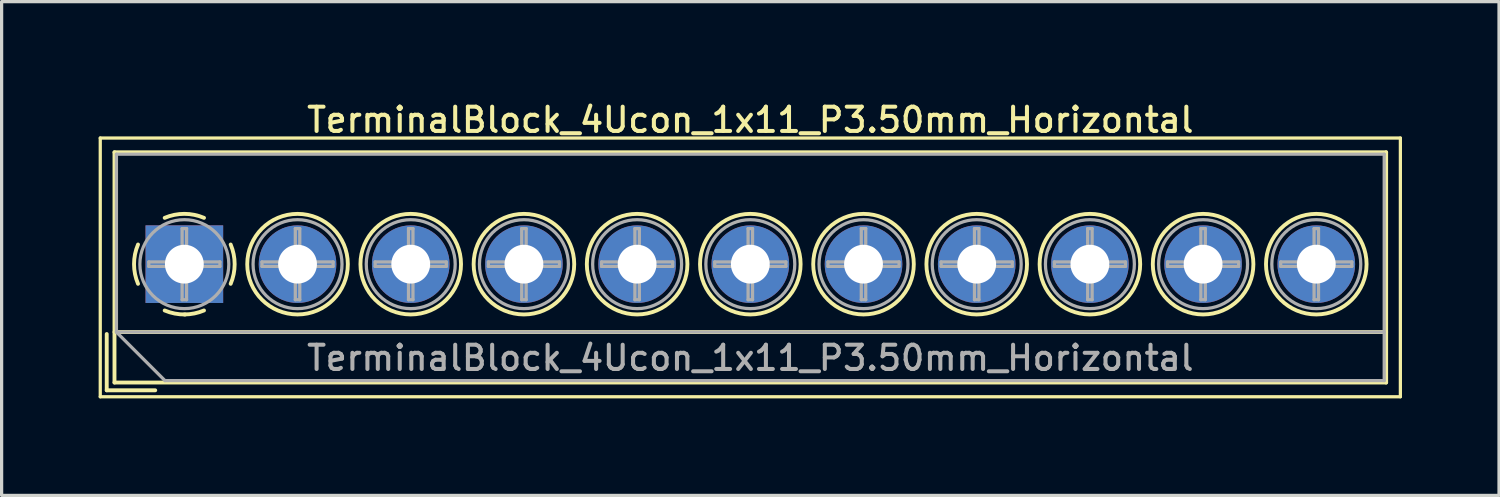
<source format=kicad_pcb>
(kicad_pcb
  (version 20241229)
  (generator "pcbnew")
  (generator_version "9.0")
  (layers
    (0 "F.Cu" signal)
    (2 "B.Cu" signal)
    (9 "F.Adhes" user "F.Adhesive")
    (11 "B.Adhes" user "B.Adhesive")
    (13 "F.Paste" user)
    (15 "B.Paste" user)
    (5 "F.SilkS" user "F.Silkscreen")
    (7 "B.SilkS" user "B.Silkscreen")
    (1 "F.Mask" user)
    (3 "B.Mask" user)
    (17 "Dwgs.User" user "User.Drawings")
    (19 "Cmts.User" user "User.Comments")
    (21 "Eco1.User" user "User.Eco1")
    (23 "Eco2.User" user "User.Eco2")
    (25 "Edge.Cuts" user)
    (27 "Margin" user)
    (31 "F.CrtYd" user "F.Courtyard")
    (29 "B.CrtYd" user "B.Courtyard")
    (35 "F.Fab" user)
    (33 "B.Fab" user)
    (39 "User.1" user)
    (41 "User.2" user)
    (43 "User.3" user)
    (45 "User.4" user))
  (footprint "TerminalBlock_4Ucon_1x11_P3.50mm_Horizontal"
    (layer "F.Cu")
    (at 2.65 5.118)
    (property "Reference" "TerminalBlock_4Ucon_1x11_P3.50mm_Horizontal" (at 17.5 -4.46 0) (layer "F.SilkS") (effects (font (size 0.75 0.75) (thickness 0.125))))
    (attr through_hole)
    (fp_line (start -2.6 -3.9) (end -2.6 4.1) (stroke (width 0.1) (type solid)) (layer "F.SilkS"))
    (fp_line (start -2.6 4.1) (end 37.6 4.1) (stroke (width 0.1) (type solid)) (layer "F.SilkS"))
    (fp_line (start -2.4 2.16) (end -2.4 3.9) (stroke (width 0.12) (type solid)) (layer "F.SilkS"))
    (fp_line (start -2.4 3.9) (end -0.9 3.9) (stroke (width 0.12) (type solid)) (layer "F.SilkS"))
    (fp_line (start -2.16 -3.46) (end -2.16 3.66) (stroke (width 0.12) (type solid)) (layer "F.SilkS"))
    (fp_line (start -2.16 -3.46) (end 37.16 -3.46) (stroke (width 0.12) (type solid)) (layer "F.SilkS"))
    (fp_line (start -2.16 2.1) (end 37.16 2.1) (stroke (width 0.12) (type solid)) (layer "F.SilkS"))
    (fp_line (start -2.16 3.66) (end 37.16 3.66) (stroke (width 0.12) (type solid)) (layer "F.SilkS"))
    (fp_line (start 37.16 -3.46) (end 37.16 3.66) (stroke (width 0.12) (type solid)) (layer "F.SilkS"))
    (fp_line (start 37.6 -3.9) (end -2.6 -3.9) (stroke (width 0.1) (type solid)) (layer "F.SilkS"))
    (fp_line (start 37.6 4.1) (end 37.6 -3.9) (stroke (width 0.1) (type solid)) (layer "F.SilkS"))
    (fp_arc (start -1.432109 0.607742) (mid -1.555727 -0.00014) (end -1.432 -0.608) (stroke (width 0.12) (type solid)) (layer "F.SilkS"))
    (fp_arc (start -0.607742 -1.432109) (mid 0.00014 -1.555727) (end 0.608 -1.432) (stroke (width 0.12) (type solid)) (layer "F.SilkS"))
    (fp_arc (start 0.027011 1.555493) (mid -0.296984 1.527118) (end -0.608 1.432) (stroke (width 0.12) (type solid)) (layer "F.SilkS"))
    (fp_arc (start 0.607587 1.431385) (mid 0.310017 1.523783) (end 0 1.555) (stroke (width 0.12) (type solid)) (layer "F.SilkS"))
    (fp_arc (start 1.432109 -0.607742) (mid 1.555727 0.00014) (end 1.432 0.608) (stroke (width 0.12) (type solid)) (layer "F.SilkS"))
    (fp_circle (center 3.5 0) (end 5.055 0) (stroke (width 0.12) (type solid)) (fill no) (layer "F.SilkS"))
    (fp_circle (center 7 0) (end 8.555 0) (stroke (width 0.12) (type solid)) (fill no) (layer "F.SilkS"))
    (fp_circle (center 10.5 0) (end 12.055 0) (stroke (width 0.12) (type solid)) (fill no) (layer "F.SilkS"))
    (fp_circle (center 14 0) (end 15.555 0) (stroke (width 0.12) (type solid)) (fill no) (layer "F.SilkS"))
    (fp_circle (center 17.5 0) (end 19.055 0) (stroke (width 0.12) (type solid)) (fill no) (layer "F.SilkS"))
    (fp_circle (center 21 0) (end 22.555 0) (stroke (width 0.12) (type solid)) (fill no) (layer "F.SilkS"))
    (fp_circle (center 24.5 0) (end 26.055 0) (stroke (width 0.12) (type solid)) (fill no) (layer "F.SilkS"))
    (fp_circle (center 28 0) (end 29.555 0) (stroke (width 0.12) (type solid)) (fill no) (layer "F.SilkS"))
    (fp_circle (center 31.5 0) (end 33.055 0) (stroke (width 0.12) (type solid)) (fill no) (layer "F.SilkS"))
    (fp_circle (center 35 0) (end 36.555 0) (stroke (width 0.12) (type solid)) (fill no) (layer "F.SilkS"))
    (fp_line (start -2.1 -3.4) (end 37.1 -3.4) (stroke (width 0.1) (type solid)) (layer "F.Fab"))
    (fp_line (start -2.1 2.1) (end -2.1 -3.4) (stroke (width 0.1) (type solid)) (layer "F.Fab"))
    (fp_line (start -2.1 2.1) (end 37.1 2.1) (stroke (width 0.1) (type solid)) (layer "F.Fab"))
    (fp_line (start -1.1 -0.069) (end -0.069 -0.069) (stroke (width 0.1) (type solid)) (layer "F.Fab"))
    (fp_line (start -1.1 0.069) (end -1.1 -0.069) (stroke (width 0.1) (type solid)) (layer "F.Fab"))
    (fp_line (start -0.6 3.6) (end -2.1 2.1) (stroke (width 0.1) (type solid)) (layer "F.Fab"))
    (fp_line (start -0.069 -1.1) (end 0.069 -1.1) (stroke (width 0.1) (type solid)) (layer "F.Fab"))
    (fp_line (start -0.069 -0.069) (end -0.069 -1.1) (stroke (width 0.1) (type solid)) (layer "F.Fab"))
    (fp_line (start -0.069 0.069) (end -1.1 0.069) (stroke (width 0.1) (type solid)) (layer "F.Fab"))
    (fp_line (start -0.069 1.1) (end -0.069 0.069) (stroke (width 0.1) (type solid)) (layer "F.Fab"))
    (fp_line (start 0.069 -1.1) (end 0.069 -0.069) (stroke (width 0.1) (type solid)) (layer "F.Fab"))
    (fp_line (start 0.069 -0.069) (end 1.1 -0.069) (stroke (width 0.1) (type solid)) (layer "F.Fab"))
    (fp_line (start 0.069 0.069) (end 0.069 1.1) (stroke (width 0.1) (type solid)) (layer "F.Fab"))
    (fp_line (start 0.069 1.1) (end -0.069 1.1) (stroke (width 0.1) (type solid)) (layer "F.Fab"))
    (fp_line (start 1.1 -0.069) (end 1.1 0.069) (stroke (width 0.1) (type solid)) (layer "F.Fab"))
    (fp_line (start 1.1 0.069) (end 0.069 0.069) (stroke (width 0.1) (type solid)) (layer "F.Fab"))
    (fp_line (start 2.4 -0.069) (end 3.431 -0.069) (stroke (width 0.1) (type solid)) (layer "F.Fab"))
    (fp_line (start 2.4 0.069) (end 2.4 -0.069) (stroke (width 0.1) (type solid)) (layer "F.Fab"))
    (fp_line (start 3.431 -1.1) (end 3.569 -1.1) (stroke (width 0.1) (type solid)) (layer "F.Fab"))
    (fp_line (start 3.431 -0.069) (end 3.431 -1.1) (stroke (width 0.1) (type solid)) (layer "F.Fab"))
    (fp_line (start 3.431 0.069) (end 2.4 0.069) (stroke (width 0.1) (type solid)) (layer "F.Fab"))
    (fp_line (start 3.431 1.1) (end 3.431 0.069) (stroke (width 0.1) (type solid)) (layer "F.Fab"))
    (fp_line (start 3.569 -1.1) (end 3.569 -0.069) (stroke (width 0.1) (type solid)) (layer "F.Fab"))
    (fp_line (start 3.569 -0.069) (end 4.6 -0.069) (stroke (width 0.1) (type solid)) (layer "F.Fab"))
    (fp_line (start 3.569 0.069) (end 3.569 1.1) (stroke (width 0.1) (type solid)) (layer "F.Fab"))
    (fp_line (start 3.569 1.1) (end 3.431 1.1) (stroke (width 0.1) (type solid)) (layer "F.Fab"))
    (fp_line (start 4.6 -0.069) (end 4.6 0.069) (stroke (width 0.1) (type solid)) (layer "F.Fab"))
    (fp_line (start 4.6 0.069) (end 3.569 0.069) (stroke (width 0.1) (type solid)) (layer "F.Fab"))
    (fp_line (start 5.9 -0.069) (end 6.931 -0.069) (stroke (width 0.1) (type solid)) (layer "F.Fab"))
    (fp_line (start 5.9 0.069) (end 5.9 -0.069) (stroke (width 0.1) (type solid)) (layer "F.Fab"))
    (fp_line (start 6.931 -1.1) (end 7.069 -1.1) (stroke (width 0.1) (type solid)) (layer "F.Fab"))
    (fp_line (start 6.931 -0.069) (end 6.931 -1.1) (stroke (width 0.1) (type solid)) (layer "F.Fab"))
    (fp_line (start 6.931 0.069) (end 5.9 0.069) (stroke (width 0.1) (type solid)) (layer "F.Fab"))
    (fp_line (start 6.931 1.1) (end 6.931 0.069) (stroke (width 0.1) (type solid)) (layer "F.Fab"))
    (fp_line (start 7.069 -1.1) (end 7.069 -0.069) (stroke (width 0.1) (type solid)) (layer "F.Fab"))
    (fp_line (start 7.069 -0.069) (end 8.1 -0.069) (stroke (width 0.1) (type solid)) (layer "F.Fab"))
    (fp_line (start 7.069 0.069) (end 7.069 1.1) (stroke (width 0.1) (type solid)) (layer "F.Fab"))
    (fp_line (start 7.069 1.1) (end 6.931 1.1) (stroke (width 0.1) (type solid)) (layer "F.Fab"))
    (fp_line (start 8.1 -0.069) (end 8.1 0.069) (stroke (width 0.1) (type solid)) (layer "F.Fab"))
    (fp_line (start 8.1 0.069) (end 7.069 0.069) (stroke (width 0.1) (type solid)) (layer "F.Fab"))
    (fp_line (start 9.4 -0.069) (end 10.431 -0.069) (stroke (width 0.1) (type solid)) (layer "F.Fab"))
    (fp_line (start 9.4 0.069) (end 9.4 -0.069) (stroke (width 0.1) (type solid)) (layer "F.Fab"))
    (fp_line (start 10.431 -1.1) (end 10.569 -1.1) (stroke (width 0.1) (type solid)) (layer "F.Fab"))
    (fp_line (start 10.431 -0.069) (end 10.431 -1.1) (stroke (width 0.1) (type solid)) (layer "F.Fab"))
    (fp_line (start 10.431 0.069) (end 9.4 0.069) (stroke (width 0.1) (type solid)) (layer "F.Fab"))
    (fp_line (start 10.431 1.1) (end 10.431 0.069) (stroke (width 0.1) (type solid)) (layer "F.Fab"))
    (fp_line (start 10.569 -1.1) (end 10.569 -0.069) (stroke (width 0.1) (type solid)) (layer "F.Fab"))
    (fp_line (start 10.569 -0.069) (end 11.6 -0.069) (stroke (width 0.1) (type solid)) (layer "F.Fab"))
    (fp_line (start 10.569 0.069) (end 10.569 1.1) (stroke (width 0.1) (type solid)) (layer "F.Fab"))
    (fp_line (start 10.569 1.1) (end 10.431 1.1) (stroke (width 0.1) (type solid)) (layer "F.Fab"))
    (fp_line (start 11.6 -0.069) (end 11.6 0.069) (stroke (width 0.1) (type solid)) (layer "F.Fab"))
    (fp_line (start 11.6 0.069) (end 10.569 0.069) (stroke (width 0.1) (type solid)) (layer "F.Fab"))
    (fp_line (start 12.9 -0.069) (end 13.931 -0.069) (stroke (width 0.1) (type solid)) (layer "F.Fab"))
    (fp_line (start 12.9 0.069) (end 12.9 -0.069) (stroke (width 0.1) (type solid)) (layer "F.Fab"))
    (fp_line (start 13.931 -1.1) (end 14.069 -1.1) (stroke (width 0.1) (type solid)) (layer "F.Fab"))
    (fp_line (start 13.931 -0.069) (end 13.931 -1.1) (stroke (width 0.1) (type solid)) (layer "F.Fab"))
    (fp_line (start 13.931 0.069) (end 12.9 0.069) (stroke (width 0.1) (type solid)) (layer "F.Fab"))
    (fp_line (start 13.931 1.1) (end 13.931 0.069) (stroke (width 0.1) (type solid)) (layer "F.Fab"))
    (fp_line (start 14.069 -1.1) (end 14.069 -0.069) (stroke (width 0.1) (type solid)) (layer "F.Fab"))
    (fp_line (start 14.069 -0.069) (end 15.1 -0.069) (stroke (width 0.1) (type solid)) (layer "F.Fab"))
    (fp_line (start 14.069 0.069) (end 14.069 1.1) (stroke (width 0.1) (type solid)) (layer "F.Fab"))
    (fp_line (start 14.069 1.1) (end 13.931 1.1) (stroke (width 0.1) (type solid)) (layer "F.Fab"))
    (fp_line (start 15.1 -0.069) (end 15.1 0.069) (stroke (width 0.1) (type solid)) (layer "F.Fab"))
    (fp_line (start 15.1 0.069) (end 14.069 0.069) (stroke (width 0.1) (type solid)) (layer "F.Fab"))
    (fp_line (start 16.4 -0.069) (end 17.431 -0.069) (stroke (width 0.1) (type solid)) (layer "F.Fab"))
    (fp_line (start 16.4 0.069) (end 16.4 -0.069) (stroke (width 0.1) (type solid)) (layer "F.Fab"))
    (fp_line (start 17.431 -1.1) (end 17.569 -1.1) (stroke (width 0.1) (type solid)) (layer "F.Fab"))
    (fp_line (start 17.431 -0.069) (end 17.431 -1.1) (stroke (width 0.1) (type solid)) (layer "F.Fab"))
    (fp_line (start 17.431 0.069) (end 16.4 0.069) (stroke (width 0.1) (type solid)) (layer "F.Fab"))
    (fp_line (start 17.431 1.1) (end 17.431 0.069) (stroke (width 0.1) (type solid)) (layer "F.Fab"))
    (fp_line (start 17.569 -1.1) (end 17.569 -0.069) (stroke (width 0.1) (type solid)) (layer "F.Fab"))
    (fp_line (start 17.569 -0.069) (end 18.6 -0.069) (stroke (width 0.1) (type solid)) (layer "F.Fab"))
    (fp_line (start 17.569 0.069) (end 17.569 1.1) (stroke (width 0.1) (type solid)) (layer "F.Fab"))
    (fp_line (start 17.569 1.1) (end 17.431 1.1) (stroke (width 0.1) (type solid)) (layer "F.Fab"))
    (fp_line (start 18.6 -0.069) (end 18.6 0.069) (stroke (width 0.1) (type solid)) (layer "F.Fab"))
    (fp_line (start 18.6 0.069) (end 17.569 0.069) (stroke (width 0.1) (type solid)) (layer "F.Fab"))
    (fp_line (start 19.9 -0.069) (end 20.931 -0.069) (stroke (width 0.1) (type solid)) (layer "F.Fab"))
    (fp_line (start 19.9 0.069) (end 19.9 -0.069) (stroke (width 0.1) (type solid)) (layer "F.Fab"))
    (fp_line (start 20.931 -1.1) (end 21.069 -1.1) (stroke (width 0.1) (type solid)) (layer "F.Fab"))
    (fp_line (start 20.931 -0.069) (end 20.931 -1.1) (stroke (width 0.1) (type solid)) (layer "F.Fab"))
    (fp_line (start 20.931 0.069) (end 19.9 0.069) (stroke (width 0.1) (type solid)) (layer "F.Fab"))
    (fp_line (start 20.931 1.1) (end 20.931 0.069) (stroke (width 0.1) (type solid)) (layer "F.Fab"))
    (fp_line (start 21.069 -1.1) (end 21.069 -0.069) (stroke (width 0.1) (type solid)) (layer "F.Fab"))
    (fp_line (start 21.069 -0.069) (end 22.1 -0.069) (stroke (width 0.1) (type solid)) (layer "F.Fab"))
    (fp_line (start 21.069 0.069) (end 21.069 1.1) (stroke (width 0.1) (type solid)) (layer "F.Fab"))
    (fp_line (start 21.069 1.1) (end 20.931 1.1) (stroke (width 0.1) (type solid)) (layer "F.Fab"))
    (fp_line (start 22.1 -0.069) (end 22.1 0.069) (stroke (width 0.1) (type solid)) (layer "F.Fab"))
    (fp_line (start 22.1 0.069) (end 21.069 0.069) (stroke (width 0.1) (type solid)) (layer "F.Fab"))
    (fp_line (start 23.4 -0.069) (end 24.431 -0.069) (stroke (width 0.1) (type solid)) (layer "F.Fab"))
    (fp_line (start 23.4 0.069) (end 23.4 -0.069) (stroke (width 0.1) (type solid)) (layer "F.Fab"))
    (fp_line (start 24.431 -1.1) (end 24.569 -1.1) (stroke (width 0.1) (type solid)) (layer "F.Fab"))
    (fp_line (start 24.431 -0.069) (end 24.431 -1.1) (stroke (width 0.1) (type solid)) (layer "F.Fab"))
    (fp_line (start 24.431 0.069) (end 23.4 0.069) (stroke (width 0.1) (type solid)) (layer "F.Fab"))
    (fp_line (start 24.431 1.1) (end 24.431 0.069) (stroke (width 0.1) (type solid)) (layer "F.Fab"))
    (fp_line (start 24.569 -1.1) (end 24.569 -0.069) (stroke (width 0.1) (type solid)) (layer "F.Fab"))
    (fp_line (start 24.569 -0.069) (end 25.6 -0.069) (stroke (width 0.1) (type solid)) (layer "F.Fab"))
    (fp_line (start 24.569 0.069) (end 24.569 1.1) (stroke (width 0.1) (type solid)) (layer "F.Fab"))
    (fp_line (start 24.569 1.1) (end 24.431 1.1) (stroke (width 0.1) (type solid)) (layer "F.Fab"))
    (fp_line (start 25.6 -0.069) (end 25.6 0.069) (stroke (width 0.1) (type solid)) (layer "F.Fab"))
    (fp_line (start 25.6 0.069) (end 24.569 0.069) (stroke (width 0.1) (type solid)) (layer "F.Fab"))
    (fp_line (start 26.9 -0.069) (end 27.931 -0.069) (stroke (width 0.1) (type solid)) (layer "F.Fab"))
    (fp_line (start 26.9 0.069) (end 26.9 -0.069) (stroke (width 0.1) (type solid)) (layer "F.Fab"))
    (fp_line (start 27.931 -1.1) (end 28.069 -1.1) (stroke (width 0.1) (type solid)) (layer "F.Fab"))
    (fp_line (start 27.931 -0.069) (end 27.931 -1.1) (stroke (width 0.1) (type solid)) (layer "F.Fab"))
    (fp_line (start 27.931 0.069) (end 26.9 0.069) (stroke (width 0.1) (type solid)) (layer "F.Fab"))
    (fp_line (start 27.931 1.1) (end 27.931 0.069) (stroke (width 0.1) (type solid)) (layer "F.Fab"))
    (fp_line (start 28.069 -1.1) (end 28.069 -0.069) (stroke (width 0.1) (type solid)) (layer "F.Fab"))
    (fp_line (start 28.069 -0.069) (end 29.1 -0.069) (stroke (width 0.1) (type solid)) (layer "F.Fab"))
    (fp_line (start 28.069 0.069) (end 28.069 1.1) (stroke (width 0.1) (type solid)) (layer "F.Fab"))
    (fp_line (start 28.069 1.1) (end 27.931 1.1) (stroke (width 0.1) (type solid)) (layer "F.Fab"))
    (fp_line (start 29.1 -0.069) (end 29.1 0.069) (stroke (width 0.1) (type solid)) (layer "F.Fab"))
    (fp_line (start 29.1 0.069) (end 28.069 0.069) (stroke (width 0.1) (type solid)) (layer "F.Fab"))
    (fp_line (start 30.4 -0.069) (end 31.431 -0.069) (stroke (width 0.1) (type solid)) (layer "F.Fab"))
    (fp_line (start 30.4 0.069) (end 30.4 -0.069) (stroke (width 0.1) (type solid)) (layer "F.Fab"))
    (fp_line (start 31.431 -1.1) (end 31.569 -1.1) (stroke (width 0.1) (type solid)) (layer "F.Fab"))
    (fp_line (start 31.431 -0.069) (end 31.431 -1.1) (stroke (width 0.1) (type solid)) (layer "F.Fab"))
    (fp_line (start 31.431 0.069) (end 30.4 0.069) (stroke (width 0.1) (type solid)) (layer "F.Fab"))
    (fp_line (start 31.431 1.1) (end 31.431 0.069) (stroke (width 0.1) (type solid)) (layer "F.Fab"))
    (fp_line (start 31.569 -1.1) (end 31.569 -0.069) (stroke (width 0.1) (type solid)) (layer "F.Fab"))
    (fp_line (start 31.569 -0.069) (end 32.6 -0.069) (stroke (width 0.1) (type solid)) (layer "F.Fab"))
    (fp_line (start 31.569 0.069) (end 31.569 1.1) (stroke (width 0.1) (type solid)) (layer "F.Fab"))
    (fp_line (start 31.569 1.1) (end 31.431 1.1) (stroke (width 0.1) (type solid)) (layer "F.Fab"))
    (fp_line (start 32.6 -0.069) (end 32.6 0.069) (stroke (width 0.1) (type solid)) (layer "F.Fab"))
    (fp_line (start 32.6 0.069) (end 31.569 0.069) (stroke (width 0.1) (type solid)) (layer "F.Fab"))
    (fp_line (start 33.9 -0.069) (end 34.931 -0.069) (stroke (width 0.1) (type solid)) (layer "F.Fab"))
    (fp_line (start 33.9 0.069) (end 33.9 -0.069) (stroke (width 0.1) (type solid)) (layer "F.Fab"))
    (fp_line (start 34.931 -1.1) (end 35.069 -1.1) (stroke (width 0.1) (type solid)) (layer "F.Fab"))
    (fp_line (start 34.931 -0.069) (end 34.931 -1.1) (stroke (width 0.1) (type solid)) (layer "F.Fab"))
    (fp_line (start 34.931 0.069) (end 33.9 0.069) (stroke (width 0.1) (type solid)) (layer "F.Fab"))
    (fp_line (start 34.931 1.1) (end 34.931 0.069) (stroke (width 0.1) (type solid)) (layer "F.Fab"))
    (fp_line (start 35.069 -1.1) (end 35.069 -0.069) (stroke (width 0.1) (type solid)) (layer "F.Fab"))
    (fp_line (start 35.069 -0.069) (end 36.1 -0.069) (stroke (width 0.1) (type solid)) (layer "F.Fab"))
    (fp_line (start 35.069 0.069) (end 35.069 1.1) (stroke (width 0.1) (type solid)) (layer "F.Fab"))
    (fp_line (start 35.069 1.1) (end 34.931 1.1) (stroke (width 0.1) (type solid)) (layer "F.Fab"))
    (fp_line (start 36.1 -0.069) (end 36.1 0.069) (stroke (width 0.1) (type solid)) (layer "F.Fab"))
    (fp_line (start 36.1 0.069) (end 35.069 0.069) (stroke (width 0.1) (type solid)) (layer "F.Fab"))
    (fp_line (start 37.1 -3.4) (end 37.1 3.6) (stroke (width 0.1) (type solid)) (layer "F.Fab"))
    (fp_line (start 37.1 3.6) (end -0.6 3.6) (stroke (width 0.1) (type solid)) (layer "F.Fab"))
    (fp_circle (center 0 0) (end 1.375 0) (stroke (width 0.1) (type solid)) (fill no) (layer "F.Fab"))
    (fp_circle (center 3.5 0) (end 4.875 0) (stroke (width 0.1) (type solid)) (fill no) (layer "F.Fab"))
    (fp_circle (center 7 0) (end 8.375 0) (stroke (width 0.1) (type solid)) (fill no) (layer "F.Fab"))
    (fp_circle (center 10.5 0) (end 11.875 0) (stroke (width 0.1) (type solid)) (fill no) (layer "F.Fab"))
    (fp_circle (center 14 0) (end 15.375 0) (stroke (width 0.1) (type solid)) (fill no) (layer "F.Fab"))
    (fp_circle (center 17.5 0) (end 18.875 0) (stroke (width 0.1) (type solid)) (fill no) (layer "F.Fab"))
    (fp_circle (center 21 0) (end 22.375 0) (stroke (width 0.1) (type solid)) (fill no) (layer "F.Fab"))
    (fp_circle (center 24.5 0) (end 25.875 0) (stroke (width 0.1) (type solid)) (fill no) (layer "F.Fab"))
    (fp_circle (center 28 0) (end 29.375 0) (stroke (width 0.1) (type solid)) (fill no) (layer "F.Fab"))
    (fp_circle (center 31.5 0) (end 32.875 0) (stroke (width 0.1) (type solid)) (fill no) (layer "F.Fab"))
    (fp_circle (center 35 0) (end 36.375 0) (stroke (width 0.1) (type solid)) (fill no) (layer "F.Fab"))
    (fp_text user "${REFERENCE}" (at 17.5 2.9 0) (layer "F.Fab") (effects (font (size 0.75 0.75) (thickness 0.125))))
    (pad "1" thru_hole rect (at 0 0) (size 2.4 2.4) (drill 1.2) (layers "*.Cu" "*.Mask"))
    (pad "2" thru_hole circle (at 3.5 0) (size 2.4 2.4) (drill 1.2) (layers "*.Cu" "*.Mask"))
    (pad "3" thru_hole circle (at 7 0) (size 2.4 2.4) (drill 1.2) (layers "*.Cu" "*.Mask"))
    (pad "4" thru_hole circle (at 10.5 0) (size 2.4 2.4) (drill 1.2) (layers "*.Cu" "*.Mask"))
    (pad "5" thru_hole circle (at 14 0) (size 2.4 2.4) (drill 1.2) (layers "*.Cu" "*.Mask"))
    (pad "6" thru_hole circle (at 17.5 0) (size 2.4 2.4) (drill 1.2) (layers "*.Cu" "*.Mask"))
    (pad "7" thru_hole circle (at 21 0) (size 2.4 2.4) (drill 1.2) (layers "*.Cu" "*.Mask"))
    (pad "8" thru_hole circle (at 24.5 0) (size 2.4 2.4) (drill 1.2) (layers "*.Cu" "*.Mask"))
    (pad "9" thru_hole circle (at 28 0) (size 2.4 2.4) (drill 1.2) (layers "*.Cu" "*.Mask"))
    (pad "10" thru_hole circle (at 31.5 0) (size 2.4 2.4) (drill 1.2) (layers "*.Cu" "*.Mask"))
    (pad "11" thru_hole circle (at 35 0) (size 2.4 2.4) (drill 1.2) (layers "*.Cu" "*.Mask")))
  (gr_rect
    (start -3 -3)
    (end 43.3 12.268)
    (stroke (width 0.1) (type default))
    (fill no)
    (layer "Edge.Cuts")))
</source>
